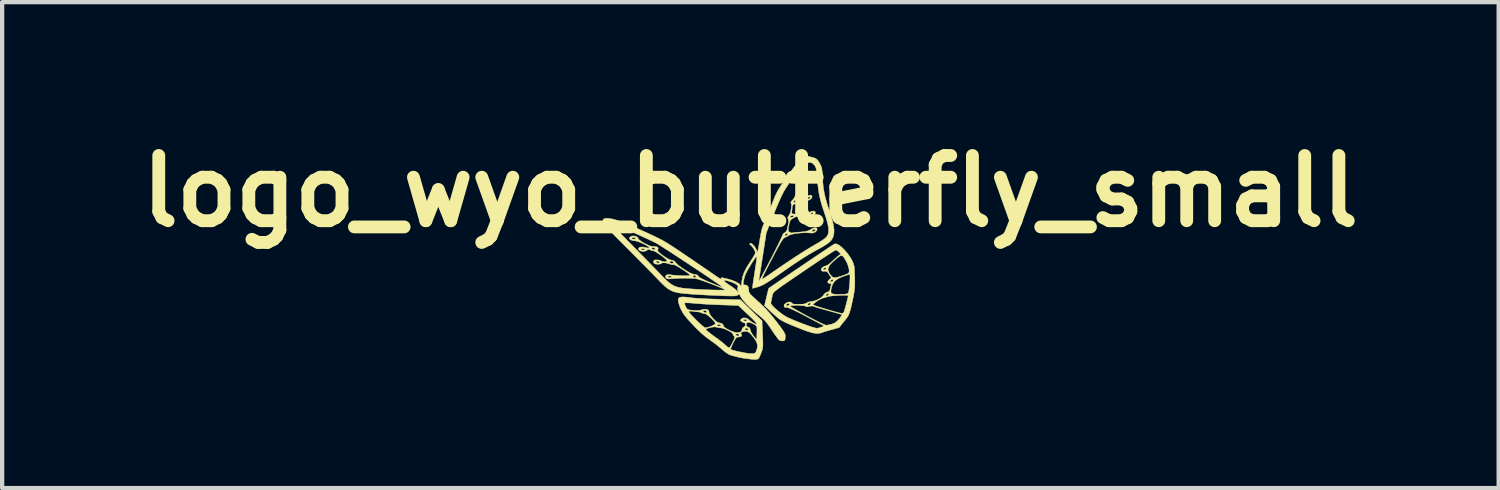
<source format=kicad_pcb>
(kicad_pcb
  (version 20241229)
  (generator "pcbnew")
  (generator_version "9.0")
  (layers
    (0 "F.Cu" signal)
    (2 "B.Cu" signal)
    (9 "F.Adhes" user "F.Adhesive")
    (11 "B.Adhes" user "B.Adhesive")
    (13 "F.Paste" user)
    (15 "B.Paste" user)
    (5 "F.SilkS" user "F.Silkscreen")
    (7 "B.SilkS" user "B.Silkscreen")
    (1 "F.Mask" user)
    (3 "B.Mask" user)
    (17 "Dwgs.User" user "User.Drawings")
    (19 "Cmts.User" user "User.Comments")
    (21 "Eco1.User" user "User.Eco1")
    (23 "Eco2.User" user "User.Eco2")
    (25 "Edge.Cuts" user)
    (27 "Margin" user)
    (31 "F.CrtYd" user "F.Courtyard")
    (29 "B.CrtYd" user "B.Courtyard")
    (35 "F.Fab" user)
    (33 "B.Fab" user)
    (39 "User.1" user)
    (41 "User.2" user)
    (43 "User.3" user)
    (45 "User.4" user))
  (footprint "logo_wyo_butterfly_small"
    (layer "F.Cu")
    (at 14.485 3.418)
    (property "Reference" "logo_wyo_butterfly_small" (at 0 -2 0) (layer "F.SilkS") (effects (font (size 1.524 1.524) (thickness 0.3))))
    (attr through_hole)
    (fp_poly (pts (xy -1.48 0.477) (xy -1.377 0.49) (xy -1.32 0.497) (xy -1.23 0.503) (xy -1.116 0.509) (xy -0.984 0.516) (xy -0.842 0.521) (xy -0.736 0.524) (xy -0.232 0.537) (xy -0.121 0.648) (xy -0.054 0.714) (xy 0.027 0.793) (xy 0.108 0.87) (xy 0.131 0.892) (xy 0.272 1.026) (xy 0.285 1.344) (xy 0.29 1.463) (xy 0.292 1.55) (xy 0.292 1.614) (xy 0.287 1.663) (xy 0.278 1.705) (xy 0.264 1.748) (xy 0.244 1.798) (xy 0.22 1.857) (xy 0.199 1.897) (xy 0.174 1.921) (xy 0.137 1.932) (xy 0.081 1.932) (xy -0.001 1.923) (xy -0.078 1.914) (xy -0.162 1.902) (xy -0.245 1.887) (xy -0.293 1.876) (xy -0.367 1.857) (xy -0.44 1.838) (xy -0.455 1.834) (xy -0.515 1.807) (xy -0.591 1.755) (xy -0.66 1.697) (xy -0.665 1.692) (xy -0.462 1.692) (xy -0.461 1.695) (xy -0.433 1.707) (xy -0.377 1.724) (xy -0.301 1.743) (xy -0.215 1.761) (xy -0.129 1.778) (xy -0.053 1.79) (xy 0.004 1.796) (xy 0.012 1.796) (xy 0.072 1.795) (xy 0.106 1.786) (xy 0.126 1.762) (xy 0.139 1.734) (xy 0.163 1.654) (xy 0.163 1.582) (xy 0.137 1.509) (xy 0.081 1.425) (xy 0.065 1.405) (xy 0.011 1.34) (xy -0.03 1.301) (xy -0.066 1.281) (xy -0.098 1.275) (xy -0.16 1.278) (xy -0.204 1.294) (xy -0.222 1.318) (xy -0.215 1.339) (xy -0.201 1.374) (xy -0.222 1.398) (xy -0.274 1.407) (xy -0.274 1.407) (xy -0.305 1.41) (xy -0.33 1.426) (xy -0.356 1.46) (xy -0.389 1.52) (xy -0.402 1.546) (xy -0.433 1.612) (xy -0.454 1.663) (xy -0.462 1.692) (xy -0.665 1.692) (xy -0.741 1.628) (xy -0.837 1.553) (xy -0.93 1.486) (xy -0.947 1.474) (xy -1.051 1.398) (xy -1.162 1.303) (xy -1.236 1.23) (xy -1.04 1.23) (xy -1.026 1.25) (xy -1.023 1.253) (xy -0.994 1.279) (xy -0.941 1.321) (xy -0.872 1.373) (xy -0.811 1.417) (xy -0.732 1.474) (xy -0.66 1.531) (xy -0.603 1.578) (xy -0.577 1.602) (xy -0.536 1.639) (xy -0.505 1.659) (xy -0.499 1.661) (xy -0.48 1.644) (xy -0.451 1.602) (xy -0.418 1.541) (xy -0.415 1.535) (xy -0.384 1.468) (xy -0.369 1.427) (xy -0.37 1.402) (xy -0.382 1.386) (xy -0.406 1.353) (xy -0.407 1.351) (xy -0.349 1.351) (xy -0.335 1.367) (xy -0.332 1.368) (xy -0.292 1.386) (xy -0.268 1.374) (xy -0.265 1.369) (xy -0.265 1.346) (xy -0.292 1.333) (xy -0.328 1.338) (xy -0.349 1.351) (xy -0.407 1.351) (xy -0.41 1.336) (xy -0.427 1.312) (xy -0.471 1.282) (xy -0.532 1.249) (xy -0.598 1.22) (xy -0.661 1.199) (xy -0.708 1.192) (xy -0.76 1.186) (xy -0.798 1.175) (xy -0.798 1.175) (xy -0.832 1.17) (xy -0.892 1.177) (xy -0.94 1.187) (xy -1.003 1.204) (xy -1.035 1.217) (xy -1.04 1.23) (xy -1.236 1.23) (xy -1.284 1.184) (xy -1.421 1.038) (xy -1.489 0.962) (xy -1.571 0.856) (xy -1.597 0.808) (xy -1.438 0.808) (xy -1.436 0.822) (xy -1.433 0.828) (xy -1.407 0.863) (xy -1.362 0.913) (xy -1.304 0.973) (xy -1.24 1.037) (xy -1.177 1.096) (xy -1.12 1.146) (xy -1.078 1.18) (xy -1.057 1.192) (xy -1.019 1.186) (xy -0.964 1.172) (xy -0.946 1.167) (xy -0.888 1.144) (xy -0.869 1.133) (xy -0.782 1.133) (xy -0.765 1.148) (xy -0.733 1.153) (xy -0.696 1.146) (xy -0.684 1.133) (xy -0.701 1.119) (xy -0.733 1.114) (xy -0.769 1.12) (xy -0.782 1.133) (xy -0.869 1.133) (xy -0.843 1.118) (xy -0.835 1.112) (xy -0.822 1.094) (xy -0.823 1.074) (xy -0.843 1.045) (xy -0.886 1) (xy -0.915 0.97) (xy -0.99 0.903) (xy -1.046 0.867) (xy -1.076 0.86) (xy -1.121 0.853) (xy -1.144 0.841) (xy -1.172 0.83) (xy -1.227 0.818) (xy -1.299 0.809) (xy -1.307 0.808) (xy -1.364 0.804) (xy -1.111 0.804) (xy -1.097 0.819) (xy -1.094 0.821) (xy -1.053 0.838) (xy -1.023 0.835) (xy -1.016 0.822) (xy -1.032 0.794) (xy -1.069 0.786) (xy -1.09 0.791) (xy -1.111 0.804) (xy -1.364 0.804) (xy -1.38 0.802) (xy -1.422 0.802) (xy -1.438 0.808) (xy -1.597 0.808) (xy -1.629 0.747) (xy -1.65 0.694) (xy -1.677 0.611) (xy -1.536 0.611) (xy -1.536 0.634) (xy -1.52 0.678) (xy -1.511 0.697) (xy -1.491 0.736) (xy -1.47 0.759) (xy -1.438 0.772) (xy -1.384 0.78) (xy -1.332 0.785) (xy -1.235 0.789) (xy -1.169 0.782) (xy -1.141 0.772) (xy -1.078 0.757) (xy -1.03 0.761) (xy -0.986 0.776) (xy -0.969 0.803) (xy -0.967 0.826) (xy -0.953 0.867) (xy -0.918 0.921) (xy -0.869 0.978) (xy -0.816 1.029) (xy -0.767 1.064) (xy -0.737 1.075) (xy -0.688 1.084) (xy -0.648 1.106) (xy -0.631 1.134) (xy -0.632 1.143) (xy -0.622 1.165) (xy -0.584 1.196) (xy -0.527 1.23) (xy -0.46 1.262) (xy -0.394 1.288) (xy -0.336 1.303) (xy -0.314 1.305) (xy -0.26 1.3) (xy -0.222 1.287) (xy -0.22 1.285) (xy -0.199 1.25) (xy -0.195 1.227) (xy -0.195 1.226) (xy -0.129 1.226) (xy -0.126 1.232) (xy -0.097 1.249) (xy -0.062 1.244) (xy -0.05 1.233) (xy -0.055 1.214) (xy -0.081 1.2) (xy -0.112 1.2) (xy -0.119 1.203) (xy -0.129 1.226) (xy -0.195 1.226) (xy -0.179 1.19) (xy -0.156 1.178) (xy -0.13 1.157) (xy -0.119 1.128) (xy -0.099 1.128) (xy -0.082 1.162) (xy -0.054 1.176) (xy -0.018 1.193) (xy -0.003 1.238) (xy -0.003 1.239) (xy 0.013 1.287) (xy 0.047 1.346) (xy 0.075 1.384) (xy 0.147 1.472) (xy 0.152 1.329) (xy 0.154 1.255) (xy 0.153 1.195) (xy 0.149 1.162) (xy 0.148 1.16) (xy 0.122 1.131) (xy 0.072 1.101) (xy 0.014 1.076) (xy -0.038 1.064) (xy -0.06 1.065) (xy -0.091 1.091) (xy -0.099 1.128) (xy -0.119 1.128) (xy -0.117 1.123) (xy -0.12 1.09) (xy -0.141 1.075) (xy -0.143 1.075) (xy -0.178 1.064) (xy -0.206 1.047) (xy -0.23 1.022) (xy -0.229 1.016) (xy -0.166 1.016) (xy -0.139 1.032) (xy -0.116 1.036) (xy -0.085 1.027) (xy -0.078 1.016) (xy -0.095 1.001) (xy -0.128 0.996) (xy -0.161 1.003) (xy -0.166 1.016) (xy -0.229 1.016) (xy -0.223 0.997) (xy -0.217 0.989) (xy -0.171 0.962) (xy -0.113 0.961) (xy -0.055 0.985) (xy -0.033 1.003) (xy 0.01 1.041) (xy 0.062 1.075) (xy 0.111 1.099) (xy 0.145 1.107) (xy 0.153 1.104) (xy 0.144 1.087) (xy 0.111 1.048) (xy 0.058 0.993) (xy -0.011 0.925) (xy -0.058 0.881) (xy -0.282 0.67) (xy -0.664 0.657) (xy -0.803 0.652) (xy -0.949 0.645) (xy -1.089 0.637) (xy -1.211 0.628) (xy -1.285 0.622) (xy -1.377 0.614) (xy -1.455 0.609) (xy -1.511 0.608) (xy -1.536 0.611) (xy -1.536 0.611) (xy -1.677 0.611) (xy -1.679 0.607) (xy -1.689 0.543) (xy -1.678 0.5) (xy -1.642 0.477) (xy -1.577 0.47) (xy -1.48 0.477)) (stroke (width 0.01) (type solid)) (fill yes) (layer "F.SilkS"))
    (fp_poly (pts (xy 2.048 -0.754) (xy 2.049 -0.754) (xy 2.117 -0.706) (xy 2.193 -0.634) (xy 2.268 -0.547) (xy 2.334 -0.455) (xy 2.37 -0.392) (xy 2.395 -0.339) (xy 2.412 -0.294) (xy 2.424 -0.248) (xy 2.431 -0.191) (xy 2.435 -0.114) (xy 2.438 -0.008) (xy 2.439 0.009) (xy 2.441 0.125) (xy 2.439 0.218) (xy 2.433 0.301) (xy 2.42 0.387) (xy 2.401 0.489) (xy 2.385 0.563) (xy 2.358 0.686) (xy 2.335 0.779) (xy 2.312 0.85) (xy 2.287 0.907) (xy 2.256 0.957) (xy 2.216 1.01) (xy 2.18 1.052) (xy 2.136 1.106) (xy 2.104 1.148) (xy 2.091 1.171) (xy 2.091 1.172) (xy 2.073 1.183) (xy 2.026 1.2) (xy 1.958 1.22) (xy 1.922 1.229) (xy 1.836 1.252) (xy 1.757 1.276) (xy 1.697 1.295) (xy 1.685 1.3) (xy 1.616 1.321) (xy 1.541 1.325) (xy 1.454 1.311) (xy 1.344 1.278) (xy 1.299 1.263) (xy 1.205 1.227) (xy 1.092 1.182) (xy 0.976 1.135) (xy 0.907 1.106) (xy 0.81 1.063) (xy 0.736 1.025) (xy 0.673 0.985) (xy 0.61 0.934) (xy 0.534 0.865) (xy 0.51 0.844) (xy 0.331 0.674) (xy 0.346 0.608) (xy 0.477 0.608) (xy 0.486 0.637) (xy 0.522 0.683) (xy 0.577 0.738) (xy 0.645 0.797) (xy 0.72 0.856) (xy 0.794 0.907) (xy 0.861 0.946) (xy 0.871 0.951) (xy 0.977 0.998) (xy 1.091 1.046) (xy 1.206 1.091) (xy 1.316 1.131) (xy 1.413 1.165) (xy 1.492 1.189) (xy 1.546 1.202) (xy 1.563 1.203) (xy 1.619 1.189) (xy 1.668 1.173) (xy 1.705 1.157) (xy 1.718 1.146) (xy 1.717 1.146) (xy 1.699 1.135) (xy 1.65 1.109) (xy 1.577 1.07) (xy 1.483 1.021) (xy 1.375 0.963) (xy 1.297 0.922) (xy 1.148 0.845) (xy 1.03 0.786) (xy 0.942 0.746) (xy 0.881 0.723) (xy 0.847 0.716) (xy 0.843 0.716) (xy 0.803 0.714) (xy 0.786 0.69) (xy 0.787 0.682) (xy 0.929 0.682) (xy 0.942 0.696) (xy 0.985 0.724) (xy 1.051 0.763) (xy 1.135 0.811) (xy 1.231 0.864) (xy 1.334 0.92) (xy 1.438 0.975) (xy 1.537 1.026) (xy 1.625 1.07) (xy 1.698 1.104) (xy 1.749 1.126) (xy 1.77 1.132) (xy 1.812 1.127) (xy 1.873 1.114) (xy 1.906 1.105) (xy 1.975 1.077) (xy 2.029 1.036) (xy 2.075 0.983) (xy 2.112 0.933) (xy 2.136 0.897) (xy 2.141 0.884) (xy 2.122 0.878) (xy 2.07 0.863) (xy 1.994 0.841) (xy 1.899 0.814) (xy 1.815 0.791) (xy 1.707 0.761) (xy 1.612 0.734) (xy 1.535 0.711) (xy 1.483 0.694) (xy 1.466 0.687) (xy 1.427 0.682) (xy 1.383 0.692) (xy 1.328 0.702) (xy 1.289 0.688) (xy 1.254 0.677) (xy 1.194 0.67) (xy 1.122 0.665) (xy 1.048 0.665) (xy 0.984 0.668) (xy 0.941 0.675) (xy 0.929 0.682) (xy 0.787 0.682) (xy 0.793 0.655) (xy 0.84 0.655) (xy 0.844 0.679) (xy 0.863 0.681) (xy 0.887 0.672) (xy 0.907 0.657) (xy 1.336 0.657) (xy 1.356 0.664) (xy 1.365 0.664) (xy 1.394 0.655) (xy 1.463 0.655) (xy 1.483 0.664) (xy 1.533 0.682) (xy 1.606 0.706) (xy 1.694 0.734) (xy 1.791 0.763) (xy 1.89 0.792) (xy 1.982 0.818) (xy 2.061 0.839) (xy 2.119 0.853) (xy 2.145 0.857) (xy 2.171 0.843) (xy 2.188 0.816) (xy 2.2 0.781) (xy 2.217 0.722) (xy 2.237 0.649) (xy 2.256 0.573) (xy 2.273 0.505) (xy 2.284 0.457) (xy 2.286 0.44) (xy 2.268 0.434) (xy 2.22 0.431) (xy 2.151 0.432) (xy 2.071 0.435) (xy 1.987 0.44) (xy 1.909 0.447) (xy 1.846 0.455) (xy 1.808 0.464) (xy 1.807 0.464) (xy 1.748 0.484) (xy 1.7 0.497) (xy 1.656 0.513) (xy 1.602 0.542) (xy 1.546 0.577) (xy 1.498 0.613) (xy 1.468 0.642) (xy 1.463 0.655) (xy 1.394 0.655) (xy 1.399 0.653) (xy 1.407 0.635) (xy 1.397 0.609) (xy 1.39 0.606) (xy 1.364 0.619) (xy 1.348 0.635) (xy 1.336 0.657) (xy 0.907 0.657) (xy 0.916 0.651) (xy 0.909 0.632) (xy 0.879 0.625) (xy 0.847 0.637) (xy 0.84 0.655) (xy 0.793 0.655) (xy 0.793 0.653) (xy 0.82 0.622) (xy 0.87 0.595) (xy 0.922 0.587) (xy 0.96 0.601) (xy 0.97 0.615) (xy 0.995 0.633) (xy 1.048 0.643) (xy 1.116 0.647) (xy 1.188 0.644) (xy 1.254 0.635) (xy 1.302 0.62) (xy 1.312 0.612) (xy 1.354 0.591) (xy 1.414 0.578) (xy 1.431 0.577) (xy 1.504 0.562) (xy 1.583 0.529) (xy 1.654 0.485) (xy 1.705 0.437) (xy 1.711 0.427) (xy 1.763 0.427) (xy 1.768 0.446) (xy 1.789 0.446) (xy 1.823 0.428) (xy 1.832 0.413) (xy 1.827 0.394) (xy 1.806 0.394) (xy 1.772 0.413) (xy 1.763 0.427) (xy 1.711 0.427) (xy 1.718 0.416) (xy 1.755 0.376) (xy 1.786 0.363) (xy 1.882 0.363) (xy 1.902 0.391) (xy 1.948 0.405) (xy 2.025 0.41) (xy 2.08 0.41) (xy 2.173 0.409) (xy 2.234 0.403) (xy 2.27 0.393) (xy 2.287 0.38) (xy 2.296 0.353) (xy 2.305 0.299) (xy 2.314 0.228) (xy 2.321 0.149) (xy 2.326 0.071) (xy 2.328 0.005) (xy 2.327 -0.042) (xy 2.321 -0.059) (xy 2.3 -0.053) (xy 2.251 -0.037) (xy 2.185 -0.015) (xy 2.171 -0.011) (xy 2.057 0.038) (xy 1.976 0.097) (xy 1.923 0.172) (xy 1.897 0.245) (xy 1.882 0.316) (xy 1.882 0.363) (xy 1.786 0.363) (xy 1.796 0.359) (xy 1.837 0.343) (xy 1.859 0.308) (xy 1.865 0.28) (xy 1.877 0.226) (xy 1.888 0.186) (xy 1.889 0.184) (xy 1.884 0.161) (xy 1.859 0.156) (xy 1.816 0.146) (xy 1.806 0.118) (xy 1.81 0.11) (xy 1.863 0.11) (xy 1.883 0.117) (xy 1.893 0.117) (xy 1.927 0.106) (xy 1.934 0.088) (xy 1.925 0.062) (xy 1.917 0.059) (xy 1.892 0.072) (xy 1.876 0.088) (xy 1.863 0.11) (xy 1.81 0.11) (xy 1.829 0.079) (xy 1.841 0.068) (xy 1.891 0.025) (xy 1.839 -0.057) (xy 1.805 -0.106) (xy 1.776 -0.128) (xy 1.743 -0.13) (xy 1.736 -0.129) (xy 1.683 -0.13) (xy 1.656 -0.152) (xy 1.656 -0.153) (xy 1.815 -0.153) (xy 1.835 -0.101) (xy 1.869 -0.047) (xy 1.91 -0.002) (xy 1.943 0.019) (xy 1.979 0.02) (xy 2.041 0.008) (xy 2.116 -0.013) (xy 2.195 -0.04) (xy 2.267 -0.069) (xy 2.288 -0.08) (xy 2.307 -0.11) (xy 2.307 -0.166) (xy 2.291 -0.239) (xy 2.259 -0.322) (xy 2.23 -0.379) (xy 2.189 -0.448) (xy 2.155 -0.487) (xy 2.12 -0.496) (xy 2.076 -0.477) (xy 2.016 -0.43) (xy 1.983 -0.401) (xy 1.923 -0.346) (xy 1.875 -0.298) (xy 1.847 -0.264) (xy 1.843 -0.256) (xy 1.826 -0.211) (xy 1.815 -0.19) (xy 1.815 -0.153) (xy 1.656 -0.153) (xy 1.659 -0.176) (xy 1.7 -0.176) (xy 1.712 -0.158) (xy 1.748 -0.169) (xy 1.758 -0.175) (xy 1.776 -0.197) (xy 1.773 -0.207) (xy 1.746 -0.212) (xy 1.714 -0.198) (xy 1.7 -0.176) (xy 1.659 -0.176) (xy 1.66 -0.189) (xy 1.679 -0.214) (xy 1.723 -0.244) (xy 1.761 -0.254) (xy 1.796 -0.268) (xy 1.849 -0.305) (xy 1.911 -0.359) (xy 1.913 -0.362) (xy 1.972 -0.418) (xy 2.027 -0.466) (xy 2.065 -0.498) (xy 2.068 -0.501) (xy 2.113 -0.532) (xy 2.069 -0.578) (xy 2.03 -0.611) (xy 1.998 -0.625) (xy 1.997 -0.625) (xy 1.975 -0.615) (xy 1.924 -0.584) (xy 1.849 -0.537) (xy 1.753 -0.474) (xy 1.639 -0.399) (xy 1.512 -0.314) (xy 1.375 -0.221) (xy 1.36 -0.211) (xy 1.176 -0.086) (xy 1.02 0.02) (xy 0.892 0.108) (xy 0.788 0.179) (xy 0.705 0.237) (xy 0.642 0.284) (xy 0.595 0.32) (xy 0.561 0.349) (xy 0.539 0.373) (xy 0.526 0.393) (xy 0.518 0.412) (xy 0.514 0.432) (xy 0.51 0.455) (xy 0.507 0.469) (xy 0.494 0.535) (xy 0.482 0.588) (xy 0.477 0.608) (xy 0.346 0.608) (xy 0.377 0.474) (xy 0.397 0.391) (xy 0.414 0.323) (xy 0.426 0.279) (xy 0.431 0.267) (xy 0.452 0.252) (xy 0.501 0.218) (xy 0.575 0.168) (xy 0.669 0.104) (xy 0.779 0.029) (xy 0.903 -0.055) (xy 1.034 -0.144) (xy 1.171 -0.236) (xy 1.308 -0.329) (xy 1.441 -0.419) (xy 1.568 -0.504) (xy 1.683 -0.581) (xy 1.783 -0.648) (xy 1.863 -0.702) (xy 1.921 -0.74) (xy 1.951 -0.76) (xy 1.954 -0.762) (xy 1.996 -0.772) (xy 2.048 -0.754)) (stroke (width 0.01) (type solid)) (fill yes) (layer "F.SilkS"))
    (fp_poly (pts (xy 1.444 -2.792) (xy 1.507 -2.773) (xy 1.548 -2.75) (xy 1.582 -2.711) (xy 1.613 -2.662) (xy 1.639 -2.615) (xy 1.657 -2.574) (xy 1.669 -2.527) (xy 1.677 -2.466) (xy 1.683 -2.38) (xy 1.686 -2.32) (xy 1.695 -2.184) (xy 1.708 -2.062) (xy 1.729 -1.945) (xy 1.758 -1.822) (xy 1.798 -1.683) (xy 1.852 -1.52) (xy 1.856 -1.507) (xy 1.907 -1.345) (xy 1.94 -1.212) (xy 1.955 -1.103) (xy 1.953 -1.012) (xy 1.934 -0.935) (xy 1.922 -0.906) (xy 1.897 -0.863) (xy 1.862 -0.823) (xy 1.811 -0.781) (xy 1.74 -0.734) (xy 1.642 -0.676) (xy 1.562 -0.633) (xy 1.453 -0.572) (xy 1.347 -0.51) (xy 1.238 -0.443) (xy 1.12 -0.366) (xy 0.987 -0.277) (xy 0.834 -0.171) (xy 0.673 -0.058) (xy 0.545 0.031) (xy 0.443 0.1) (xy 0.361 0.151) (xy 0.294 0.189) (xy 0.236 0.215) (xy 0.186 0.233) (xy 0.12 0.252) (xy 0.071 0.265) (xy 0.049 0.269) (xy 0.048 0.269) (xy 0.05 0.249) (xy 0.056 0.196) (xy 0.067 0.118) (xy 0.072 0.087) (xy 0.197 0.087) (xy 0.202 0.091) (xy 0.22 0.068) (xy 0.236 0.041) (xy 0.267 -0.016) (xy 0.311 -0.098) (xy 0.365 -0.2) (xy 0.426 -0.316) (xy 0.49 -0.439) (xy 0.555 -0.565) (xy 0.614 -0.682) (xy 0.665 -0.785) (xy 0.705 -0.868) (xy 0.732 -0.926) (xy 0.742 -0.954) (xy 0.755 -0.98) (xy 0.805 -0.98) (xy 0.811 -0.961) (xy 0.831 -0.96) (xy 0.866 -0.979) (xy 0.875 -0.993) (xy 0.869 -1.013) (xy 0.849 -1.013) (xy 0.815 -0.994) (xy 0.805 -0.98) (xy 0.755 -0.98) (xy 0.765 -1) (xy 0.791 -1.024) (xy 0.823 -1.044) (xy 0.844 -1.069) (xy 0.859 -1.108) (xy 0.873 -1.172) (xy 0.88 -1.205) (xy 0.892 -1.28) (xy 0.892 -1.327) (xy 0.882 -1.355) (xy 0.88 -1.357) (xy 0.869 -1.384) (xy 0.876 -1.395) (xy 0.921 -1.395) (xy 0.929 -1.389) (xy 0.951 -1.388) (xy 0.99 -1.395) (xy 1.005 -1.405) (xy 1.008 -1.428) (xy 0.986 -1.434) (xy 0.952 -1.421) (xy 0.946 -1.417) (xy 0.921 -1.395) (xy 0.876 -1.395) (xy 0.888 -1.415) (xy 0.896 -1.423) (xy 0.914 -1.453) (xy 1.394 -1.453) (xy 1.414 -1.446) (xy 1.424 -1.446) (xy 1.458 -1.458) (xy 1.465 -1.475) (xy 1.456 -1.501) (xy 1.448 -1.504) (xy 1.423 -1.491) (xy 1.407 -1.475) (xy 1.394 -1.453) (xy 0.914 -1.453) (xy 0.92 -1.464) (xy 0.941 -1.525) (xy 0.955 -1.595) (xy 0.961 -1.66) (xy 0.956 -1.707) (xy 0.949 -1.72) (xy 0.944 -1.744) (xy 0.945 -1.746) (xy 1.003 -1.746) (xy 1.024 -1.739) (xy 1.033 -1.739) (xy 1.067 -1.751) (xy 1.075 -1.768) (xy 1.065 -1.794) (xy 1.057 -1.798) (xy 1.032 -1.784) (xy 1.016 -1.768) (xy 1.003 -1.746) (xy 0.945 -1.746) (xy 0.97 -1.777) (xy 0.982 -1.788) (xy 1.015 -1.83) (xy 1.053 -1.897) (xy 1.092 -1.979) (xy 1.124 -2.061) (xy 1.146 -2.133) (xy 1.153 -2.176) (xy 1.171 -2.23) (xy 1.235 -2.23) (xy 1.241 -2.211) (xy 1.261 -2.211) (xy 1.296 -2.23) (xy 1.305 -2.244) (xy 1.299 -2.263) (xy 1.279 -2.263) (xy 1.244 -2.245) (xy 1.235 -2.23) (xy 1.171 -2.23) (xy 1.171 -2.232) (xy 1.221 -2.275) (xy 1.286 -2.298) (xy 1.333 -2.302) (xy 1.357 -2.285) (xy 1.36 -2.278) (xy 1.358 -2.235) (xy 1.32 -2.196) (xy 1.251 -2.167) (xy 1.214 -2.153) (xy 1.187 -2.133) (xy 1.164 -2.099) (xy 1.138 -2.042) (xy 1.119 -1.991) (xy 1.06 -1.837) (xy 1.125 -1.825) (xy 1.177 -1.823) (xy 1.182 -1.825) (xy 1.312 -1.825) (xy 1.324 -1.818) (xy 1.343 -1.817) (xy 1.382 -1.825) (xy 1.396 -1.835) (xy 1.398 -1.859) (xy 1.377 -1.867) (xy 1.346 -1.859) (xy 1.332 -1.849) (xy 1.312 -1.825) (xy 1.182 -1.825) (xy 1.237 -1.84) (xy 1.298 -1.868) (xy 1.362 -1.898) (xy 1.402 -1.909) (xy 1.426 -1.903) (xy 1.431 -1.899) (xy 1.443 -1.866) (xy 1.426 -1.831) (xy 1.389 -1.802) (xy 1.341 -1.783) (xy 1.292 -1.783) (xy 1.277 -1.788) (xy 1.221 -1.799) (xy 1.166 -1.792) (xy 1.129 -1.768) (xy 1.126 -1.764) (xy 1.098 -1.738) (xy 1.05 -1.711) (xy 1.043 -1.708) (xy 0.998 -1.683) (xy 0.979 -1.65) (xy 0.977 -1.617) (xy 0.973 -1.558) (xy 0.966 -1.514) (xy 0.963 -1.491) (xy 0.974 -1.476) (xy 1.005 -1.467) (xy 1.06 -1.463) (xy 1.146 -1.461) (xy 1.188 -1.461) (xy 1.28 -1.465) (xy 1.339 -1.477) (xy 1.364 -1.491) (xy 1.415 -1.524) (xy 1.465 -1.537) (xy 1.504 -1.529) (xy 1.517 -1.513) (xy 1.515 -1.475) (xy 1.484 -1.441) (xy 1.438 -1.417) (xy 1.388 -1.408) (xy 1.344 -1.42) (xy 1.336 -1.427) (xy 1.306 -1.435) (xy 1.25 -1.435) (xy 1.181 -1.428) (xy 1.111 -1.415) (xy 1.053 -1.399) (xy 1.019 -1.382) (xy 0.977 -1.353) (xy 0.955 -1.343) (xy 0.931 -1.315) (xy 0.909 -1.247) (xy 0.899 -1.202) (xy 0.887 -1.132) (xy 0.884 -1.09) (xy 0.89 -1.065) (xy 0.908 -1.047) (xy 0.911 -1.045) (xy 0.948 -1.026) (xy 0.969 -1.025) (xy 0.997 -1.029) (xy 1.054 -1.036) (xy 1.13 -1.043) (xy 1.17 -1.046) (xy 1.275 -1.057) (xy 1.288 -1.06) (xy 1.43 -1.06) (xy 1.446 -1.056) (xy 1.465 -1.058) (xy 1.504 -1.072) (xy 1.519 -1.089) (xy 1.515 -1.11) (xy 1.49 -1.112) (xy 1.458 -1.096) (xy 1.444 -1.083) (xy 1.43 -1.06) (xy 1.288 -1.06) (xy 1.347 -1.073) (xy 1.392 -1.094) (xy 1.394 -1.096) (xy 1.447 -1.127) (xy 1.491 -1.144) (xy 1.538 -1.144) (xy 1.56 -1.121) (xy 1.553 -1.084) (xy 1.524 -1.051) (xy 1.486 -1.029) (xy 1.44 -1.021) (xy 1.379 -1.026) (xy 1.303 -1.03) (xy 1.212 -1.027) (xy 1.117 -1.019) (xy 1.027 -1.006) (xy 0.954 -0.99) (xy 0.906 -0.972) (xy 0.898 -0.967) (xy 0.852 -0.938) (xy 0.811 -0.921) (xy 0.793 -0.913) (xy 0.773 -0.895) (xy 0.748 -0.863) (xy 0.716 -0.814) (xy 0.676 -0.743) (xy 0.623 -0.648) (xy 0.557 -0.523) (xy 0.508 -0.429) (xy 0.443 -0.304) (xy 0.385 -0.191) (xy 0.335 -0.094) (xy 0.298 -0.017) (xy 0.274 0.035) (xy 0.266 0.057) (xy 0.266 0.057) (xy 0.284 0.05) (xy 0.327 0.025) (xy 0.389 -0.015) (xy 0.445 -0.054) (xy 0.633 -0.184) (xy 0.818 -0.31) (xy 0.995 -0.428) (xy 1.159 -0.535) (xy 1.305 -0.627) (xy 1.428 -0.702) (xy 1.496 -0.741) (xy 1.585 -0.792) (xy 1.666 -0.843) (xy 1.731 -0.888) (xy 1.77 -0.92) (xy 1.806 -0.972) (xy 1.826 -1.036) (xy 1.828 -1.117) (xy 1.812 -1.219) (xy 1.778 -1.348) (xy 1.733 -1.485) (xy 1.679 -1.649) (xy 1.638 -1.79) (xy 1.608 -1.922) (xy 1.587 -2.057) (xy 1.57 -2.207) (xy 1.564 -2.289) (xy 1.555 -2.396) (xy 1.546 -2.473) (xy 1.536 -2.526) (xy 1.523 -2.565) (xy 1.505 -2.597) (xy 1.494 -2.611) (xy 1.449 -2.655) (xy 1.399 -2.674) (xy 1.343 -2.667) (xy 1.279 -2.632) (xy 1.205 -2.568) (xy 1.119 -2.474) (xy 1.02 -2.348) (xy 0.907 -2.189) (xy 0.828 -2.071) (xy 0.778 -1.988) (xy 0.721 -1.874) (xy 0.656 -1.729) (xy 0.58 -1.549) (xy 0.551 -1.475) (xy 0.371 -1.026) (xy 0.293 -0.518) (xy 0.271 -0.378) (xy 0.251 -0.249) (xy 0.233 -0.136) (xy 0.218 -0.044) (xy 0.208 0.02) (xy 0.203 0.049) (xy 0.197 0.087) (xy 0.072 0.087) (xy 0.082 0.018) (xy 0.1 -0.095) (xy 0.1 -0.098) (xy 0.117 -0.212) (xy 0.132 -0.314) (xy 0.143 -0.396) (xy 0.149 -0.452) (xy 0.151 -0.477) (xy 0.151 -0.477) (xy 0.138 -0.471) (xy 0.112 -0.438) (xy 0.074 -0.384) (xy 0.031 -0.317) (xy -0.014 -0.244) (xy -0.057 -0.17) (xy -0.093 -0.104) (xy -0.118 -0.052) (xy -0.123 -0.039) (xy -0.144 0.032) (xy -0.16 0.102) (xy -0.163 0.12) (xy -0.167 0.166) (xy -0.156 0.186) (xy -0.126 0.19) (xy -0.123 0.191) (xy -0.075 0.202) (xy -0.048 0.24) (xy -0.039 0.31) (xy -0.039 0.311) (xy -0.036 0.346) (xy -0.021 0.379) (xy 0.009 0.418) (xy 0.062 0.469) (xy 0.103 0.506) (xy 0.23 0.624) (xy 0.336 0.727) (xy 0.429 0.827) (xy 0.519 0.933) (xy 0.615 1.056) (xy 0.641 1.091) (xy 0.711 1.184) (xy 0.76 1.253) (xy 0.791 1.303) (xy 0.809 1.34) (xy 0.817 1.372) (xy 0.817 1.404) (xy 0.817 1.414) (xy 0.81 1.466) (xy 0.794 1.491) (xy 0.762 1.499) (xy 0.762 1.499) (xy 0.709 1.495) (xy 0.678 1.483) (xy 0.654 1.459) (xy 0.615 1.41) (xy 0.565 1.34) (xy 0.51 1.259) (xy 0.5 1.242) (xy 0.433 1.143) (xy 0.377 1.067) (xy 0.323 1.006) (xy 0.261 0.95) (xy 0.193 0.894) (xy 0.086 0.805) (xy -0.015 0.714) (xy -0.103 0.625) (xy -0.174 0.545) (xy -0.22 0.479) (xy -0.233 0.455) (xy -0.251 0.415) (xy -0.267 0.406) (xy -0.29 0.424) (xy -0.304 0.434) (xy -0.328 0.442) (xy -0.364 0.447) (xy -0.42 0.448) (xy -0.5 0.448) (xy -0.611 0.445) (xy -0.703 0.441) (xy -0.851 0.435) (xy -1.015 0.427) (xy -1.179 0.418) (xy -1.329 0.409) (xy -1.408 0.403) (xy -1.557 0.391) (xy -1.675 0.376) (xy -1.771 0.354) (xy -1.854 0.322) (xy -1.93 0.276) (xy -2.009 0.211) (xy -2.099 0.124) (xy -2.188 0.032) (xy -2.257 -0.039) (xy -2.348 -0.133) (xy -2.456 -0.243) (xy -2.577 -0.365) (xy -2.705 -0.494) (xy -2.835 -0.625) (xy -2.923 -0.713) (xy -3.066 -0.856) (xy -3.183 -0.975) (xy -3.276 -1.072) (xy -3.346 -1.148) (xy -3.396 -1.205) (xy -3.416 -1.232) (xy -3.253 -1.232) (xy -2.774 -0.747) (xy -2.652 -0.622) (xy -2.528 -0.497) (xy -2.409 -0.375) (xy -2.3 -0.263) (xy -2.206 -0.166) (xy -2.131 -0.089) (xy -2.1 -0.057) (xy -2.001 0.045) (xy -1.917 0.123) (xy -1.842 0.18) (xy -1.767 0.22) (xy -1.682 0.247) (xy -1.581 0.265) (xy -1.454 0.278) (xy -1.358 0.285) (xy -1.235 0.292) (xy -1.109 0.299) (xy -0.984 0.304) (xy -0.867 0.308) (xy -0.763 0.31) (xy -0.679 0.311) (xy -0.619 0.31) (xy -0.589 0.307) (xy -0.588 0.305) (xy -0.618 0.288) (xy -0.677 0.26) (xy -0.758 0.226) (xy -0.853 0.189) (xy -0.954 0.15) (xy -1.054 0.113) (xy -1.145 0.081) (xy -1.22 0.057) (xy -1.27 0.044) (xy -1.28 0.042) (xy -1.357 0.037) (xy -1.454 0.034) (xy -1.561 0.033) (xy -1.667 0.035) (xy -1.761 0.039) (xy -1.832 0.044) (xy -1.856 0.048) (xy -1.917 0.051) (xy -1.963 0.036) (xy -1.985 0.009) (xy -1.983 0) (xy -1.934 0) (xy -1.918 0.015) (xy -1.885 0.02) (xy -1.849 0.013) (xy -1.837 0) (xy -1.843 -0.006) (xy -1.34 -0.006) (xy -1.338 0.001) (xy -1.313 0.017) (xy -1.284 0.017) (xy -1.27 0.001) (xy -1.285 -0.026) (xy -1.317 -0.034) (xy -1.329 -0.029) (xy -1.34 -0.006) (xy -1.843 -0.006) (xy -1.853 -0.015) (xy -1.885 -0.02) (xy -1.922 -0.013) (xy -1.934 0) (xy -1.983 0) (xy -1.977 -0.025) (xy -1.974 -0.029) (xy -1.942 -0.051) (xy -1.894 -0.052) (xy -1.877 -0.049) (xy -1.817 -0.04) (xy -1.74 -0.033) (xy -1.655 -0.028) (xy -1.57 -0.025) (xy -1.495 -0.025) (xy -1.439 -0.027) (xy -1.409 -0.033) (xy -1.407 -0.035) (xy -1.422 -0.054) (xy -1.463 -0.087) (xy -1.522 -0.129) (xy -1.59 -0.174) (xy -1.659 -0.217) (xy -1.722 -0.254) (xy -1.77 -0.278) (xy -1.794 -0.285) (xy -1.795 -0.285) (xy -1.824 -0.284) (xy -1.874 -0.294) (xy -1.899 -0.302) (xy -1.986 -0.326) (xy -2.048 -0.33) (xy -2.081 -0.313) (xy -2.081 -0.313) (xy -2.108 -0.299) (xy -2.157 -0.293) (xy -2.211 -0.298) (xy -2.236 -0.305) (xy -2.261 -0.33) (xy -2.264 -0.355) (xy -2.208 -0.355) (xy -2.192 -0.331) (xy -2.158 -0.319) (xy -2.143 -0.32) (xy -2.128 -0.338) (xy -1.888 -0.338) (xy -1.886 -0.332) (xy -1.861 -0.317) (xy -1.826 -0.313) (xy -1.801 -0.323) (xy -1.798 -0.331) (xy -1.812 -0.357) (xy -1.818 -0.362) (xy -1.849 -0.368) (xy -1.878 -0.357) (xy -1.888 -0.338) (xy -2.128 -0.338) (xy -2.128 -0.339) (xy -2.127 -0.342) (xy -2.143 -0.36) (xy -2.173 -0.368) (xy -2.201 -0.365) (xy -2.208 -0.355) (xy -2.264 -0.355) (xy -2.265 -0.364) (xy -2.246 -0.39) (xy -2.232 -0.394) (xy -2.165 -0.394) (xy -2.109 -0.384) (xy -2.082 -0.37) (xy -2.049 -0.356) (xy -2.002 -0.352) (xy -1.961 -0.359) (xy -1.945 -0.369) (xy -1.955 -0.388) (xy -1.989 -0.422) (xy -2.04 -0.465) (xy -2.101 -0.51) (xy -2.162 -0.553) (xy -2.217 -0.586) (xy -2.256 -0.604) (xy -2.266 -0.606) (xy -2.316 -0.616) (xy -2.344 -0.629) (xy -2.378 -0.642) (xy -2.411 -0.626) (xy -2.421 -0.617) (xy -2.466 -0.596) (xy -2.523 -0.593) (xy -2.576 -0.606) (xy -2.61 -0.633) (xy -2.612 -0.638) (xy -2.612 -0.645) (xy -2.56 -0.645) (xy -2.543 -0.63) (xy -2.511 -0.625) (xy -2.474 -0.632) (xy -2.462 -0.645) (xy -2.479 -0.659) (xy -2.511 -0.664) (xy -2.547 -0.658) (xy -2.56 -0.645) (xy -2.612 -0.645) (xy -2.611 -0.667) (xy -2.306 -0.667) (xy -2.29 -0.644) (xy -2.255 -0.631) (xy -2.241 -0.632) (xy -2.225 -0.651) (xy -2.225 -0.655) (xy -2.24 -0.672) (xy -2.271 -0.681) (xy -2.299 -0.677) (xy -2.306 -0.667) (xy -2.611 -0.667) (xy -2.611 -0.672) (xy -2.578 -0.692) (xy -2.521 -0.697) (xy -2.445 -0.684) (xy -2.408 -0.674) (xy -2.373 -0.67) (xy -2.364 -0.681) (xy -2.381 -0.702) (xy -2.425 -0.732) (xy -2.487 -0.764) (xy -2.556 -0.796) (xy -2.624 -0.822) (xy -2.679 -0.838) (xy -2.702 -0.84) (xy -2.759 -0.848) (xy -2.804 -0.867) (xy -2.829 -0.892) (xy -2.827 -0.899) (xy -2.774 -0.899) (xy -2.758 -0.884) (xy -2.726 -0.879) (xy -2.689 -0.886) (xy -2.677 -0.899) (xy -2.693 -0.913) (xy -2.726 -0.918) (xy -2.762 -0.912) (xy -2.774 -0.899) (xy -2.827 -0.899) (xy -2.822 -0.918) (xy -2.815 -0.926) (xy -2.776 -0.95) (xy -2.724 -0.955) (xy -2.671 -0.945) (xy -2.632 -0.92) (xy -2.618 -0.889) (xy -2.602 -0.866) (xy -2.559 -0.834) (xy -2.5 -0.796) (xy -2.434 -0.761) (xy -2.371 -0.731) (xy -2.321 -0.714) (xy -2.306 -0.712) (xy -2.233 -0.707) (xy -2.19 -0.701) (xy -2.167 -0.691) (xy -2.156 -0.674) (xy -2.156 -0.672) (xy -2.157 -0.638) (xy -2.168 -0.626) (xy -2.168 -0.607) (xy -2.141 -0.575) (xy -2.094 -0.535) (xy -2.036 -0.491) (xy -1.972 -0.449) (xy -1.911 -0.414) (xy -1.859 -0.392) (xy -1.837 -0.387) (xy -1.778 -0.371) (xy -1.75 -0.339) (xy -1.722 -0.304) (xy -1.668 -0.258) (xy -1.598 -0.207) (xy -1.519 -0.155) (xy -1.442 -0.109) (xy -1.375 -0.075) (xy -1.326 -0.059) (xy -1.319 -0.058) (xy -1.253 -0.049) (xy -1.216 -0.02) (xy -1.209 -0.003) (xy -1.188 0.015) (xy -1.14 0.043) (xy -1.071 0.076) (xy -1.016 0.101) (xy -0.883 0.156) (xy -0.783 0.198) (xy -0.713 0.225) (xy -0.67 0.24) (xy -0.653 0.243) (xy -0.655 0.238) (xy -0.683 0.215) (xy -0.74 0.174) (xy -0.822 0.118) (xy -0.865 0.088) (xy -0.619 0.088) (xy -0.601 0.113) (xy -0.548 0.154) (xy -0.492 0.192) (xy -0.421 0.241) (xy -0.361 0.286) (xy -0.322 0.321) (xy -0.312 0.334) (xy -0.29 0.367) (xy -0.282 0.365) (xy -0.29 0.33) (xy -0.294 0.319) (xy -0.304 0.268) (xy -0.294 0.247) (xy -0.287 0.219) (xy -0.316 0.185) (xy -0.376 0.15) (xy -0.461 0.117) (xy -0.549 0.09) (xy -0.601 0.081) (xy -0.619 0.088) (xy -0.865 0.088) (xy -0.924 0.048) (xy -1.042 -0.032) (xy -1.172 -0.119) (xy -1.311 -0.211) (xy -1.453 -0.305) (xy -1.595 -0.399) (xy -1.732 -0.488) (xy -1.86 -0.572) (xy -1.976 -0.646) (xy -2.075 -0.709) (xy -2.152 -0.758) (xy -2.205 -0.789) (xy -2.219 -0.796) (xy -2.319 -0.845) (xy -2.436 -0.9) (xy -2.563 -0.958) (xy -2.693 -1.016) (xy -2.82 -1.071) (xy -2.937 -1.12) (xy -3.037 -1.161) (xy -3.112 -1.189) (xy -3.146 -1.2) (xy -3.253 -1.232) (xy -3.416 -1.232) (xy -3.427 -1.247) (xy -3.442 -1.274) (xy -3.444 -1.28) (xy -3.445 -1.331) (xy -3.419 -1.358) (xy -3.363 -1.367) (xy -3.355 -1.367) (xy -3.287 -1.362) (xy -3.204 -1.346) (xy -3.104 -1.316) (xy -2.983 -1.272) (xy -2.836 -1.213) (xy -2.661 -1.138) (xy -2.527 -1.077) (xy -2.391 -1.016) (xy -2.278 -0.963) (xy -2.182 -0.917) (xy -2.097 -0.874) (xy -2.016 -0.83) (xy -1.934 -0.781) (xy -1.845 -0.724) (xy -1.741 -0.656) (xy -1.618 -0.574) (xy -1.469 -0.472) (xy -1.465 -0.47) (xy -1.328 -0.377) (xy -1.196 -0.286) (xy -1.073 -0.203) (xy -0.965 -0.129) (xy -0.877 -0.068) (xy -0.813 -0.024) (xy -0.787 -0.006) (xy -0.731 0.03) (xy -0.692 0.051) (xy -0.676 0.053) (xy -0.676 0.05) (xy -0.683 0.031) (xy -0.678 0.022) (xy -0.655 0.023) (xy -0.605 0.033) (xy -0.563 0.042) (xy -0.471 0.066) (xy -0.382 0.099) (xy -0.307 0.135) (xy -0.254 0.17) (xy -0.237 0.189) (xy -0.22 0.213) (xy -0.214 0.215) (xy -0.211 0.191) (xy -0.206 0.143) (xy -0.203 0.117) (xy -0.183 0.006) (xy -0.146 -0.104) (xy -0.086 -0.221) (xy -0.007 -0.347) (xy 0.043 -0.423) (xy 0.083 -0.489) (xy 0.109 -0.538) (xy 0.117 -0.561) (xy 0.105 -0.603) (xy 0.076 -0.657) (xy 0.039 -0.709) (xy 0.004 -0.741) (xy 0.003 -0.741) (xy -0.018 -0.762) (xy -0.008 -0.782) (xy 0.018 -0.784) (xy 0.053 -0.759) (xy 0.091 -0.716) (xy 0.126 -0.663) (xy 0.15 -0.608) (xy 0.158 -0.568) (xy 0.162 -0.561) (xy 0.17 -0.588) (xy 0.182 -0.644) (xy 0.197 -0.724) (xy 0.205 -0.772) (xy 0.226 -0.898) (xy 0.243 -0.994) (xy 0.258 -1.067) (xy 0.273 -1.125) (xy 0.29 -1.177) (xy 0.311 -1.23) (xy 0.338 -1.289) (xy 0.366 -1.353) (xy 0.403 -1.444) (xy 0.446 -1.55) (xy 0.49 -1.663) (xy 0.509 -1.71) (xy 0.548 -1.813) (xy 0.583 -1.896) (xy 0.618 -1.969) (xy 0.656 -2.039) (xy 0.703 -2.114) (xy 0.763 -2.203) (xy 0.841 -2.314) (xy 0.856 -2.335) (xy 0.938 -2.45) (xy 1.002 -2.537) (xy 1.054 -2.602) (xy 1.097 -2.65) (xy 1.136 -2.687) (xy 1.175 -2.718) (xy 1.215 -2.743) (xy 1.338 -2.819) (xy 1.444 -2.792)) (stroke (width 0.01) (type solid)) (fill yes) (layer "F.SilkS")))
  (gr_rect
    (start -3 -3)
    (end 31.971 8.355)
    (stroke (width 0.1) (type default))
    (fill no)
    (layer "Edge.Cuts")))
</source>
